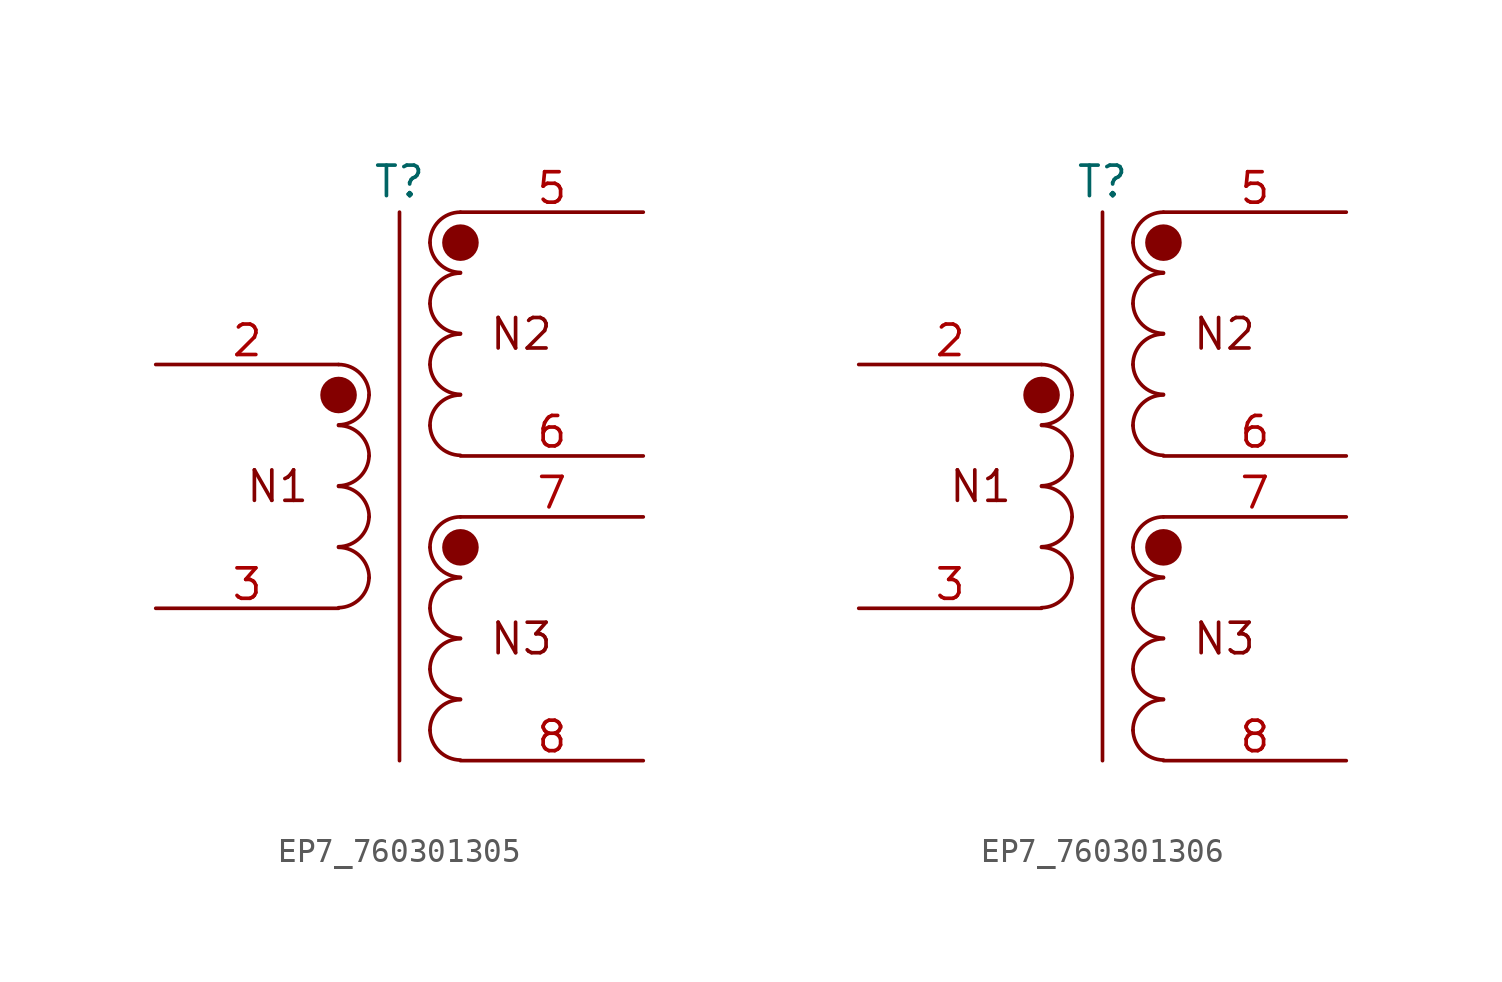
<source format=kicad_sym>
(kicad_symbol_lib
  (version 20220914)
  (generator kicad_symbol_editor)
  (symbol "EP7_760301305"
    (pin_names hide)
    (property "Reference" "T"
      (at 0 12.7 0)
      (effects (font (size 1.27 1.27))))
    (property "Critical Parameter" ""
      (at 0 -5.08 0)
      (effects (font (size 1.27 1.27)) (justify left)))
    (symbol "EP7_760301305_0_1"
      (arc (start -2.54 -5.0546) (mid -1.6561 -4.6863) (end -1.27 -3.81) (stroke (width 0) (type default)) (fill (type none)))
      (arc (start -2.54 -2.5146) (mid -1.6561 -2.1463) (end -1.27 -1.27) (stroke (width 0) (type default)) (fill (type none)))
      (arc (start -2.54 0.0254) (mid -1.6561 0.3937) (end -1.27 1.27) (stroke (width 0) (type default)) (fill (type none)))
      (arc (start -2.54 2.5654) (mid -1.6561 2.9337) (end -1.27 3.81) (stroke (width 0) (type default)) (fill (type none)))
      (arc (start -1.27 -3.81) (mid -1.642 -2.912) (end -2.54 -2.54) (stroke (width 0) (type default)) (fill (type none)))
      (arc (start -1.27 -1.27) (mid -1.642 -0.372) (end -2.54 0) (stroke (width 0) (type default)) (fill (type none)))
      (arc (start -1.27 1.27) (mid -1.642 2.168) (end -2.54 2.54) (stroke (width 0) (type default)) (fill (type none)))
      (arc (start -1.27 3.81) (mid -1.642 4.708) (end -2.54 5.08) (stroke (width 0) (type default)) (fill (type none)))
      (polyline (pts (xy 0 -11.43) (xy 0 11.43)) (stroke (width 0) (type default)) (fill (type none)))
      (arc (start 1.27 -10.16) (mid 1.6561 -11.0363) (end 2.54 -11.4046) (stroke (width 0) (type default)) (fill (type none)))
      (arc (start 1.27 -7.62) (mid 1.6561 -8.4963) (end 2.54 -8.8646) (stroke (width 0) (type default)) (fill (type none)))
      (arc (start 1.27 -5.08) (mid 1.6561 -5.9563) (end 2.54 -6.3246) (stroke (width 0) (type default)) (fill (type none)))
      (arc (start 1.27 -2.54) (mid 1.6561 -3.4163) (end 2.54 -3.7846) (stroke (width 0) (type default)) (fill (type none)))
      (arc (start 1.27 2.54) (mid 1.6561 1.6637) (end 2.54 1.2954) (stroke (width 0) (type default)) (fill (type none)))
      (arc (start 1.27 5.08) (mid 1.6561 4.2037) (end 2.54 3.8354) (stroke (width 0) (type default)) (fill (type none)))
      (arc (start 1.27 7.62) (mid 1.6561 6.7437) (end 2.54 6.3754) (stroke (width 0) (type default)) (fill (type none)))
      (arc (start 1.27 10.16) (mid 1.6561 9.2837) (end 2.54 8.9154) (stroke (width 0) (type default)) (fill (type none)))
      (arc (start 2.54 -8.89) (mid 1.642 -9.262) (end 1.27 -10.16) (stroke (width 0) (type default)) (fill (type none)))
      (arc (start 2.54 -6.35) (mid 1.642 -6.722) (end 1.27 -7.62) (stroke (width 0) (type default)) (fill (type none)))
      (arc (start 2.54 -3.81) (mid 1.642 -4.182) (end 1.27 -5.08) (stroke (width 0) (type default)) (fill (type none)))
      (arc (start 2.54 -1.27) (mid 1.642 -1.642) (end 1.27 -2.54) (stroke (width 0) (type default)) (fill (type none)))
      (arc (start 2.54 3.81) (mid 1.642 3.438) (end 1.27 2.54) (stroke (width 0) (type default)) (fill (type none)))
      (arc (start 2.54 6.35) (mid 1.642 5.978) (end 1.27 5.08) (stroke (width 0) (type default)) (fill (type none)))
      (arc (start 2.54 8.89) (mid 1.642 8.518) (end 1.27 7.62) (stroke (width 0) (type default)) (fill (type none)))
      (arc (start 2.54 11.43) (mid 1.642 11.058) (end 1.27 10.16) (stroke (width 0) (type default)) (fill (type none))))
    (symbol "EP7_760301305_1_1"
      (circle (center -2.54 3.81) (radius 0.0001) (stroke (width 0.762) (type default)) (fill (type none)))
      (circle (center 2.54 -2.54) (radius 0.0001) (stroke (width 0.762) (type default)) (fill (type none)))
      (circle (center 2.54 10.16) (radius 0.0001) (stroke (width 0.762) (type default)) (fill (type none)))
      (text "N1" (at -5.08 0 0) (effects (font (size 1.27 1.27))))
      (text "N2" (at 5.08 6.35 0) (effects (font (size 1.27 1.27))))
      (text "N3" (at 5.08 -6.35 0) (effects (font (size 1.27 1.27))))
      (pin passive line (at -10.16 5.08 0) (length 7.62) (name "2" (effects (font (size 1.27 1.27)))) (number "2" (effects (font (size 1.27 1.27)))))
      (pin passive line (at -10.16 -5.08 0) (length 7.62) (name "3" (effects (font (size 1.27 1.27)))) (number "3" (effects (font (size 1.27 1.27)))))
      (pin passive line (at 10.16 11.43 180) (length 7.62) (name "5" (effects (font (size 1.27 1.27)))) (number "5" (effects (font (size 1.27 1.27)))))
      (pin passive line (at 10.16 1.27 180) (length 7.62) (name "6" (effects (font (size 1.27 1.27)))) (number "6" (effects (font (size 1.27 1.27)))))
      (pin passive line (at 10.16 -1.27 180) (length 7.62) (name "7" (effects (font (size 1.27 1.27)))) (number "7" (effects (font (size 1.27 1.27)))))
      (pin passive line (at 10.16 -11.43 180) (length 7.62) (name "8" (effects (font (size 1.27 1.27)))) (number "8" (effects (font (size 1.27 1.27)))))))
  (symbol "EP7_760301306"
    (pin_names hide)
    (property "Reference" "T"
      (at 0 12.7 0)
      (effects (font (size 1.27 1.27))))
    (property "Critical Parameter" ""
      (at 0 -5.08 0)
      (effects (font (size 1.27 1.27)) (justify left)))
    (symbol "EP7_760301306_0_1"
      (arc (start -2.54 -5.0546) (mid -1.6561 -4.6863) (end -1.27 -3.81) (stroke (width 0) (type default)) (fill (type none)))
      (arc (start -2.54 -2.5146) (mid -1.6561 -2.1463) (end -1.27 -1.27) (stroke (width 0) (type default)) (fill (type none)))
      (arc (start -2.54 0.0254) (mid -1.6561 0.3937) (end -1.27 1.27) (stroke (width 0) (type default)) (fill (type none)))
      (arc (start -2.54 2.5654) (mid -1.6561 2.9337) (end -1.27 3.81) (stroke (width 0) (type default)) (fill (type none)))
      (arc (start -1.27 -3.81) (mid -1.642 -2.912) (end -2.54 -2.54) (stroke (width 0) (type default)) (fill (type none)))
      (arc (start -1.27 -1.27) (mid -1.642 -0.372) (end -2.54 0) (stroke (width 0) (type default)) (fill (type none)))
      (arc (start -1.27 1.27) (mid -1.642 2.168) (end -2.54 2.54) (stroke (width 0) (type default)) (fill (type none)))
      (arc (start -1.27 3.81) (mid -1.642 4.708) (end -2.54 5.08) (stroke (width 0) (type default)) (fill (type none)))
      (polyline (pts (xy 0 -11.43) (xy 0 11.43)) (stroke (width 0) (type default)) (fill (type none)))
      (arc (start 1.27 -10.16) (mid 1.6561 -11.0363) (end 2.54 -11.4046) (stroke (width 0) (type default)) (fill (type none)))
      (arc (start 1.27 -7.62) (mid 1.6561 -8.4963) (end 2.54 -8.8646) (stroke (width 0) (type default)) (fill (type none)))
      (arc (start 1.27 -5.08) (mid 1.6561 -5.9563) (end 2.54 -6.3246) (stroke (width 0) (type default)) (fill (type none)))
      (arc (start 1.27 -2.54) (mid 1.6561 -3.4163) (end 2.54 -3.7846) (stroke (width 0) (type default)) (fill (type none)))
      (arc (start 1.27 2.54) (mid 1.6561 1.6637) (end 2.54 1.2954) (stroke (width 0) (type default)) (fill (type none)))
      (arc (start 1.27 5.08) (mid 1.6561 4.2037) (end 2.54 3.8354) (stroke (width 0) (type default)) (fill (type none)))
      (arc (start 1.27 7.62) (mid 1.6561 6.7437) (end 2.54 6.3754) (stroke (width 0) (type default)) (fill (type none)))
      (arc (start 1.27 10.16) (mid 1.6561 9.2837) (end 2.54 8.9154) (stroke (width 0) (type default)) (fill (type none)))
      (arc (start 2.54 -8.89) (mid 1.642 -9.262) (end 1.27 -10.16) (stroke (width 0) (type default)) (fill (type none)))
      (arc (start 2.54 -6.35) (mid 1.642 -6.722) (end 1.27 -7.62) (stroke (width 0) (type default)) (fill (type none)))
      (arc (start 2.54 -3.81) (mid 1.642 -4.182) (end 1.27 -5.08) (stroke (width 0) (type default)) (fill (type none)))
      (arc (start 2.54 -1.27) (mid 1.642 -1.642) (end 1.27 -2.54) (stroke (width 0) (type default)) (fill (type none)))
      (arc (start 2.54 3.81) (mid 1.642 3.438) (end 1.27 2.54) (stroke (width 0) (type default)) (fill (type none)))
      (arc (start 2.54 6.35) (mid 1.642 5.978) (end 1.27 5.08) (stroke (width 0) (type default)) (fill (type none)))
      (arc (start 2.54 8.89) (mid 1.642 8.518) (end 1.27 7.62) (stroke (width 0) (type default)) (fill (type none)))
      (arc (start 2.54 11.43) (mid 1.642 11.058) (end 1.27 10.16) (stroke (width 0) (type default)) (fill (type none))))
    (symbol "EP7_760301306_1_1"
      (circle (center -2.54 3.81) (radius 0.0001) (stroke (width 0.762) (type default)) (fill (type none)))
      (circle (center 2.54 -2.54) (radius 0.0001) (stroke (width 0.762) (type default)) (fill (type none)))
      (circle (center 2.54 10.16) (radius 0.0001) (stroke (width 0.762) (type default)) (fill (type none)))
      (text "N1" (at -5.08 0 0) (effects (font (size 1.27 1.27))))
      (text "N2" (at 5.08 6.35 0) (effects (font (size 1.27 1.27))))
      (text "N3" (at 5.08 -6.35 0) (effects (font (size 1.27 1.27))))
      (pin passive line (at -10.16 5.08 0) (length 7.62) (name "2" (effects (font (size 1.27 1.27)))) (number "2" (effects (font (size 1.27 1.27)))))
      (pin passive line (at -10.16 -5.08 0) (length 7.62) (name "3" (effects (font (size 1.27 1.27)))) (number "3" (effects (font (size 1.27 1.27)))))
      (pin passive line (at 10.16 11.43 180) (length 7.62) (name "5" (effects (font (size 1.27 1.27)))) (number "5" (effects (font (size 1.27 1.27)))))
      (pin passive line (at 10.16 1.27 180) (length 7.62) (name "6" (effects (font (size 1.27 1.27)))) (number "6" (effects (font (size 1.27 1.27)))))
      (pin passive line (at 10.16 -1.27 180) (length 7.62) (name "7" (effects (font (size 1.27 1.27)))) (number "7" (effects (font (size 1.27 1.27)))))
      (pin passive line (at 10.16 -11.43 180) (length 7.62) (name "8" (effects (font (size 1.27 1.27)))) (number "8" (effects (font (size 1.27 1.27))))))))
</source>
